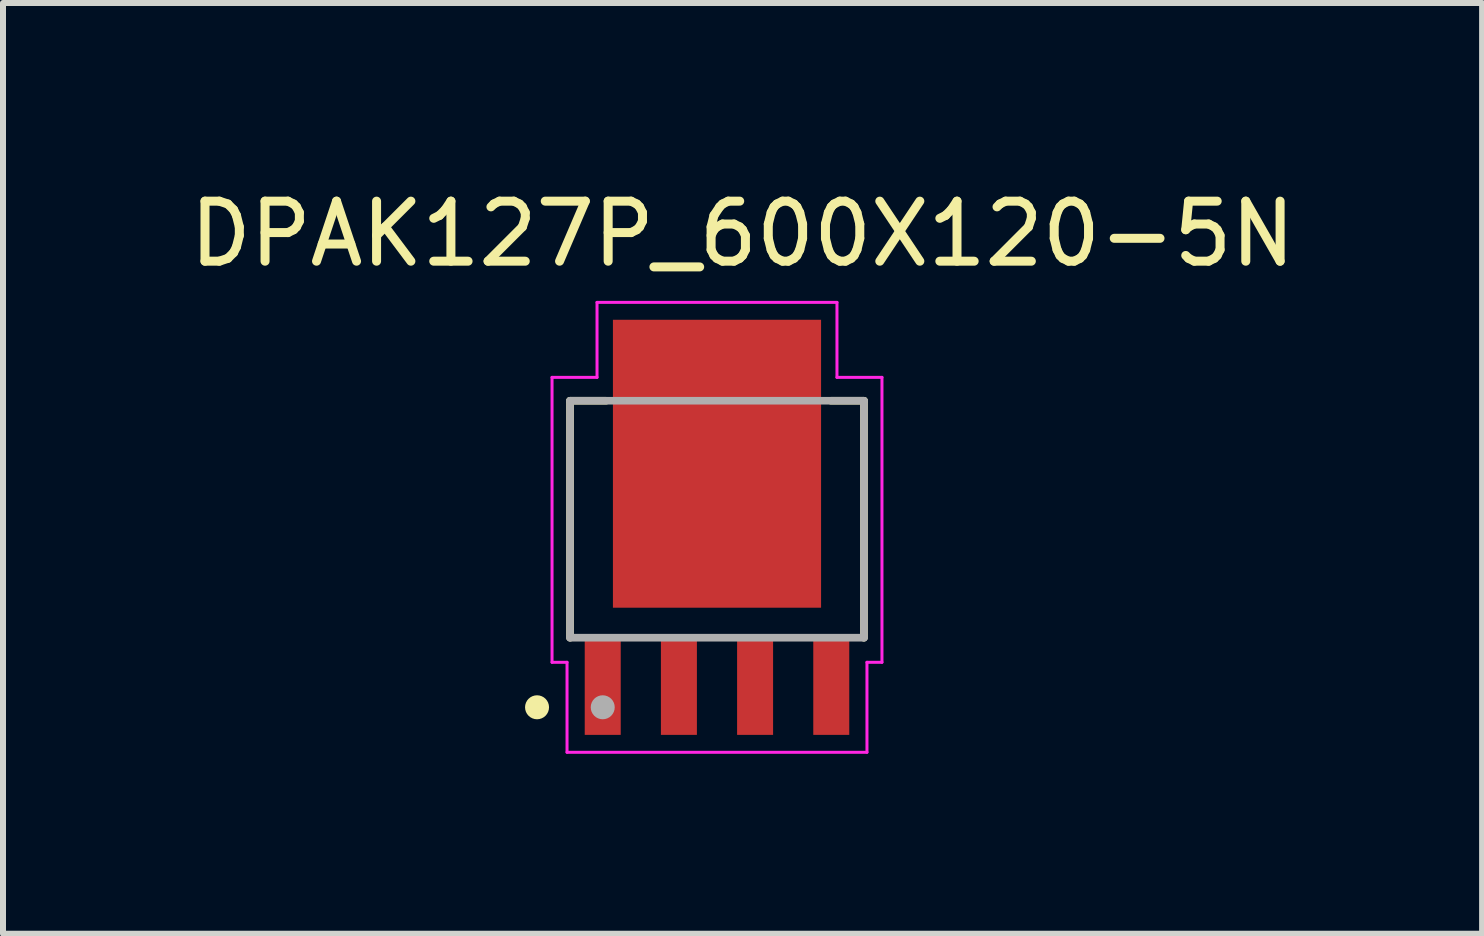
<source format=kicad_pcb>
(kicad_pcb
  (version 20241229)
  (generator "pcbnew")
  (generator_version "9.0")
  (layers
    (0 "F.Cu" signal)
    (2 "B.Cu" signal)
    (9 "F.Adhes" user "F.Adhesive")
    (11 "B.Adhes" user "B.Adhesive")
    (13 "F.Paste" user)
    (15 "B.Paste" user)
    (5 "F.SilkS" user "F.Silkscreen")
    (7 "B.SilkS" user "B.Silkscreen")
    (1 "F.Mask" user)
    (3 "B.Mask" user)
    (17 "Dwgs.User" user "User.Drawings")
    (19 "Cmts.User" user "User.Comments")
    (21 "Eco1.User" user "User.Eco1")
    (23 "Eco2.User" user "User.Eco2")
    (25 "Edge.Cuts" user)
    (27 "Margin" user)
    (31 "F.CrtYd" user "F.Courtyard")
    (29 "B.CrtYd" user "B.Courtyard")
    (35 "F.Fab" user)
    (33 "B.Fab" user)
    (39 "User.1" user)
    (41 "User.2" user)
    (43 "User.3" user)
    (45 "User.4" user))
  (footprint "DPAK127P_600X120-5N"
    (layer "F.Cu")
    (at 8.903 5.741)
    (property "Reference" "DPAK127P_600X120-5N" (at 0.426 -4.892 0) (layer "F.SilkS") (effects (font (size 1.001 1.001) (thickness 0.15))))
    (attr smd)
    (fp_line (start -2.45 -2.11) (end -2.45 1.84) (stroke (width 0.127) (type solid)) (layer "F.SilkS"))
    (fp_line (start -1.85 -2.11) (end -2.45 -2.11) (stroke (width 0.127) (type solid)) (layer "F.SilkS"))
    (fp_line (start 2.45 -2.11) (end 1.9 -2.11) (stroke (width 0.127) (type solid)) (layer "F.SilkS"))
    (fp_line (start 2.45 1.84) (end 2.45 -2.11) (stroke (width 0.127) (type solid)) (layer "F.SilkS"))
    (fp_circle (center -3 3) (end -2.9 3) (stroke (width 0.2) (type solid)) (fill no) (layer "F.SilkS"))
    (fp_line (start -2.75 -2.5) (end -2 -2.5) (stroke (width 0.05) (type solid)) (layer "F.CrtYd"))
    (fp_line (start -2.75 2.25) (end -2.75 -2.5) (stroke (width 0.05) (type solid)) (layer "F.CrtYd"))
    (fp_line (start -2.5 2.25) (end -2.75 2.25) (stroke (width 0.05) (type solid)) (layer "F.CrtYd"))
    (fp_line (start -2.5 3.75) (end -2.5 2.25) (stroke (width 0.05) (type solid)) (layer "F.CrtYd"))
    (fp_line (start -2 -3.75) (end 2 -3.75) (stroke (width 0.05) (type solid)) (layer "F.CrtYd"))
    (fp_line (start -2 -2.5) (end -2 -3.75) (stroke (width 0.05) (type solid)) (layer "F.CrtYd"))
    (fp_line (start 2 -3.75) (end 2 -2.5) (stroke (width 0.05) (type solid)) (layer "F.CrtYd"))
    (fp_line (start 2 -2.5) (end 2.75 -2.5) (stroke (width 0.05) (type solid)) (layer "F.CrtYd"))
    (fp_line (start 2.5 2.25) (end 2.5 3.75) (stroke (width 0.05) (type solid)) (layer "F.CrtYd"))
    (fp_line (start 2.5 3.75) (end -2.5 3.75) (stroke (width 0.05) (type solid)) (layer "F.CrtYd"))
    (fp_line (start 2.75 -2.5) (end 2.75 2.25) (stroke (width 0.05) (type solid)) (layer "F.CrtYd"))
    (fp_line (start 2.75 2.25) (end 2.5 2.25) (stroke (width 0.05) (type solid)) (layer "F.CrtYd"))
    (fp_line (start -2.45 -2.11) (end -2.45 1.84) (stroke (width 0.127) (type solid)) (layer "F.Fab"))
    (fp_line (start -2.45 1.84) (end 2.45 1.84) (stroke (width 0.127) (type solid)) (layer "F.Fab"))
    (fp_line (start 2.45 -2.11) (end -2.45 -2.11) (stroke (width 0.127) (type solid)) (layer "F.Fab"))
    (fp_line (start 2.45 1.84) (end 2.45 -2.11) (stroke (width 0.127) (type solid)) (layer "F.Fab"))
    (fp_circle (center -1.905 3) (end -1.805 3) (stroke (width 0.2) (type solid)) (fill no) (layer "F.Fab"))
    (pad "1" smd rect (at 0 -1.06) (size 3.47 4.8) (layers "F.Cu" "F.Mask" "F.Paste"))
    (pad "2" smd rect (at 1.905 2.65) (size 0.6 1.62) (layers "F.Cu" "F.Mask" "F.Paste"))
    (pad "3" smd rect (at -1.905 2.65) (size 0.6 1.62) (layers "F.Cu" "F.Mask" "F.Paste"))
    (pad "3" smd rect (at -0.635 2.65) (size 0.6 1.62) (layers "F.Cu" "F.Mask" "F.Paste"))
    (pad "3" smd rect (at 0.635 2.65) (size 0.6 1.62) (layers "F.Cu" "F.Mask" "F.Paste")))
  (gr_rect
    (start -3 -3)
    (end 21.658 12.516)
    (stroke (width 0.1) (type default))
    (fill no)
    (layer "Edge.Cuts")))
</source>
